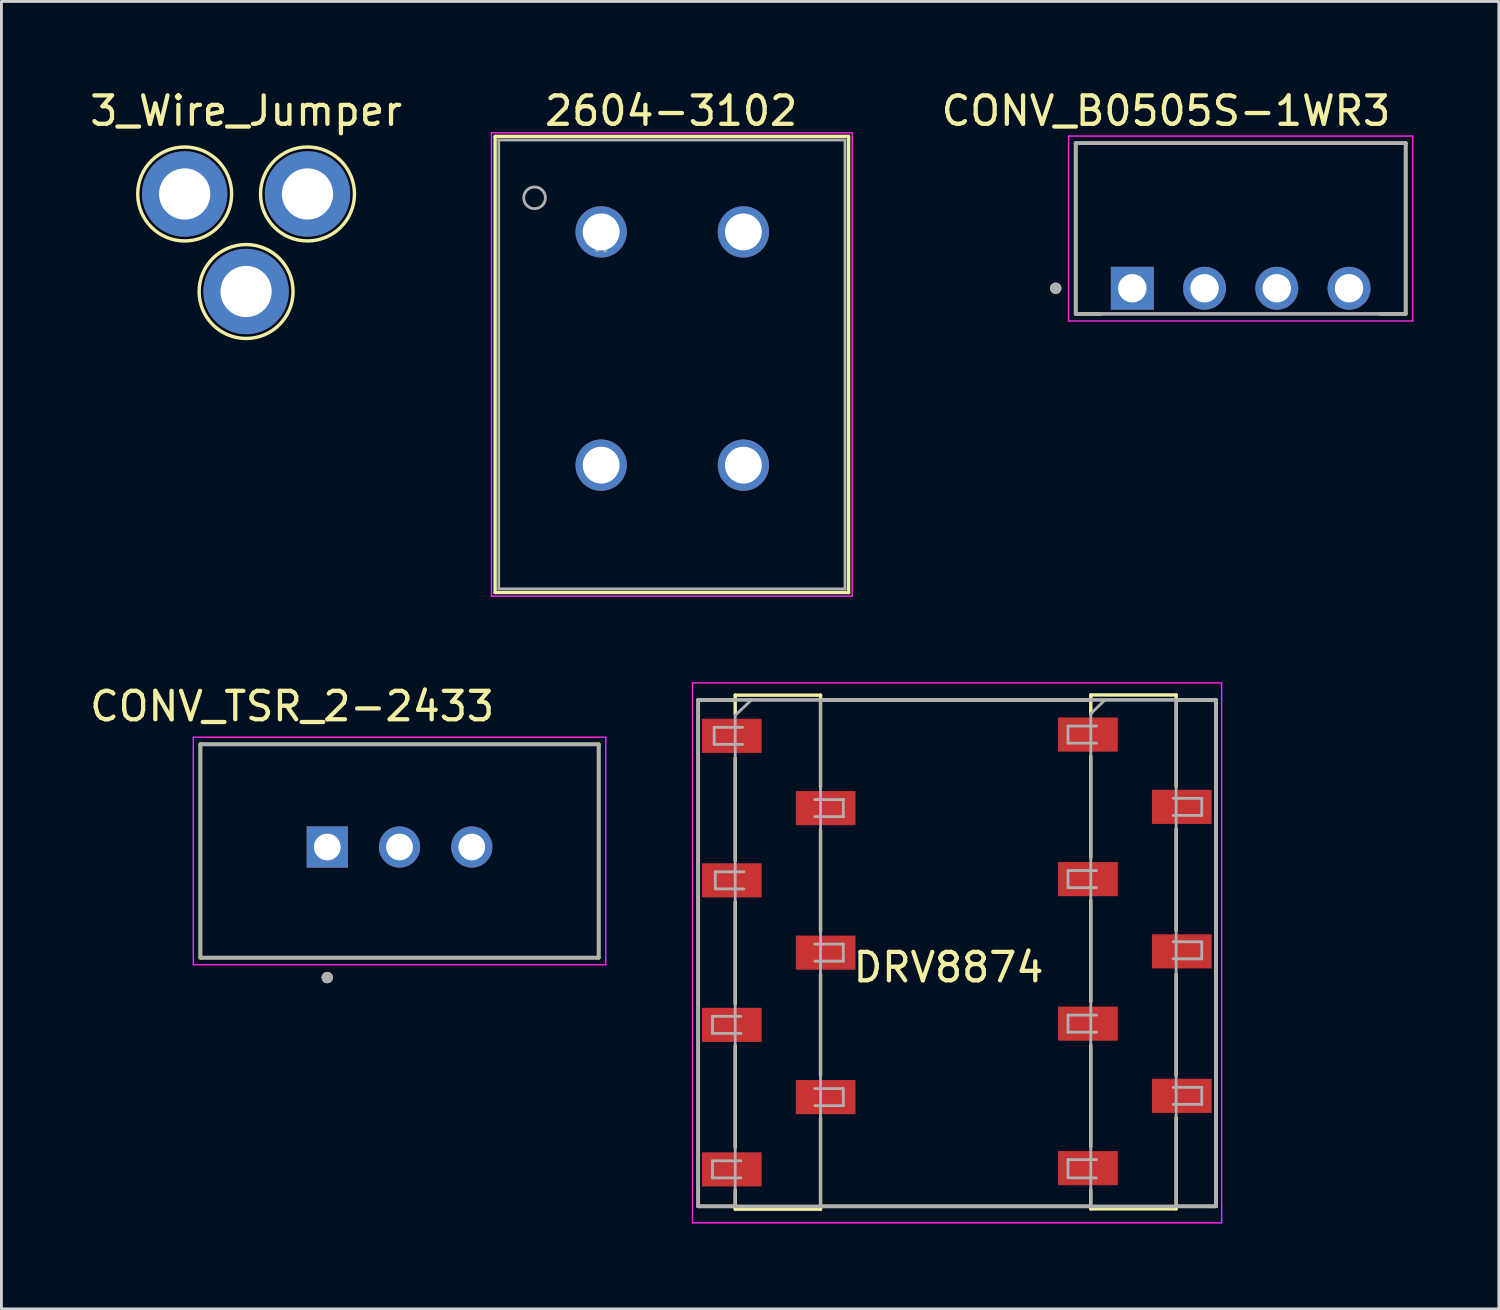
<source format=kicad_pcb>
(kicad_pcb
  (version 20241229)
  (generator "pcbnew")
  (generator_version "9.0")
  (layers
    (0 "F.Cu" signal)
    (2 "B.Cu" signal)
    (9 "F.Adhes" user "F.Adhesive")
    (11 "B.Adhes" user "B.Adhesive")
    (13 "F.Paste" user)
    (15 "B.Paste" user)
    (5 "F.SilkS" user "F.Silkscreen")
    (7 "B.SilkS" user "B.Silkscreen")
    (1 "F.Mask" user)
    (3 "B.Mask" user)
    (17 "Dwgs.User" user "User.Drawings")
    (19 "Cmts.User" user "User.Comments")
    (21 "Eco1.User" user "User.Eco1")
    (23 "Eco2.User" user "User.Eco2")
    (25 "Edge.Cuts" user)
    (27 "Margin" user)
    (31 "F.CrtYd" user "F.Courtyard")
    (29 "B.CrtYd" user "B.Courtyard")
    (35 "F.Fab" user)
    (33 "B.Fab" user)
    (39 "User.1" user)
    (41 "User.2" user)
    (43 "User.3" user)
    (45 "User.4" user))
  (footprint "2604-3102"
    (layer "F.Cu")
    (at 20.568 8.984)
    (property "Reference" "2604-3102" (at -0.025 -8.136 0) (layer "F.SilkS") (effects (font (size 1 1) (thickness 0.15))))
    (attr through_hole)
    (fp_line (start -6.213 -7.239) (end -6.213 8.795) (stroke (width 0.12) (type solid)) (layer "F.SilkS"))
    (fp_line (start -6.213 8.795) (end 6.213 8.795) (stroke (width 0.12) (type solid)) (layer "F.SilkS"))
    (fp_line (start 6.213 -7.239) (end -6.213 -7.239) (stroke (width 0.12) (type solid)) (layer "F.SilkS"))
    (fp_line (start 6.213 8.795) (end 6.213 -7.239) (stroke (width 0.12) (type solid)) (layer "F.SilkS"))
    (fp_line (start -6.34 -7.366) (end -6.34 8.922) (stroke (width 0.05) (type solid)) (layer "F.CrtYd"))
    (fp_line (start -6.34 8.922) (end 6.34 8.922) (stroke (width 0.05) (type solid)) (layer "F.CrtYd"))
    (fp_line (start 6.34 -7.366) (end -6.34 -7.366) (stroke (width 0.05) (type solid)) (layer "F.CrtYd"))
    (fp_line (start 6.34 8.922) (end 6.34 -7.366) (stroke (width 0.05) (type solid)) (layer "F.CrtYd"))
    (fp_line (start -6.086 -7.112) (end -6.086 8.668) (stroke (width 0.1) (type solid)) (layer "F.Fab"))
    (fp_line (start -6.086 8.668) (end 6.086 8.668) (stroke (width 0.1) (type solid)) (layer "F.Fab"))
    (fp_line (start 6.086 -7.112) (end -6.086 -7.112) (stroke (width 0.1) (type solid)) (layer "F.Fab"))
    (fp_line (start 6.086 8.668) (end 6.086 -7.112) (stroke (width 0.1) (type solid)) (layer "F.Fab"))
    (fp_circle (center -4.826 -5.08) (end -4.445 -5.08) (stroke (width 0.1) (type solid)) (fill no) (layer "F.Fab"))
    (fp_text user "*" (at -2.485 -3.128 0) (layer "F.Fab") (effects (font (size 1 1) (thickness 0.15))))
    (pad "1" thru_hole circle (at -2.485 -3.882) (size 1.803 1.803) (drill 1.295) (layers "*.Cu" "*.Mask"))
    (pad "2" thru_hole circle (at -2.485 4.318) (size 1.803 1.803) (drill 1.295) (layers "*.Cu" "*.Mask"))
    (pad "3" thru_hole circle (at 2.515 -3.882) (size 1.803 1.803) (drill 1.295) (layers "*.Cu" "*.Mask"))
    (pad "4" thru_hole circle (at 2.515 4.318) (size 1.803 1.803) (drill 1.295) (layers "*.Cu" "*.Mask")))
  (footprint "CONV_TSR_2-2433"
    (layer "F.Cu")
    (at 10.995 26.865)
    (property "Reference" "CONV_TSR_2-2433" (at -3.775 -5.085 0) (layer "F.SilkS") (effects (font (size 1 1) (thickness 0.15))))
    (attr through_hole)
    (fp_line (start -7 -3.75) (end 7 -3.75) (stroke (width 0.127) (type solid)) (layer "F.SilkS"))
    (fp_line (start -7 3.75) (end -7 -3.75) (stroke (width 0.127) (type solid)) (layer "F.SilkS"))
    (fp_line (start 7 3.75) (end -7 3.75) (stroke (width 0.127) (type solid)) (layer "F.SilkS"))
    (fp_line (start 7 3.75) (end 7 -3.75) (stroke (width 0.127) (type solid)) (layer "F.SilkS"))
    (fp_circle (center -2.54 4.45) (end -2.44 4.45) (stroke (width 0.2) (type solid)) (fill no) (layer "F.SilkS"))
    (fp_line (start -7.25 -4) (end -7.25 4) (stroke (width 0.05) (type solid)) (layer "F.CrtYd"))
    (fp_line (start -7.25 -4) (end 7.25 -4) (stroke (width 0.05) (type solid)) (layer "F.CrtYd"))
    (fp_line (start 7.25 4) (end -7.25 4) (stroke (width 0.05) (type solid)) (layer "F.CrtYd"))
    (fp_line (start 7.25 4) (end 7.25 -4) (stroke (width 0.05) (type solid)) (layer "F.CrtYd"))
    (fp_line (start -7 -3.75) (end 7 -3.75) (stroke (width 0.127) (type solid)) (layer "F.Fab"))
    (fp_line (start -7 3.75) (end -7 -3.75) (stroke (width 0.127) (type solid)) (layer "F.Fab"))
    (fp_line (start 7 -3.75) (end 7 3.75) (stroke (width 0.127) (type solid)) (layer "F.Fab"))
    (fp_line (start 7 3.75) (end -7 3.75) (stroke (width 0.127) (type solid)) (layer "F.Fab"))
    (fp_circle (center -2.54 4.45) (end -2.44 4.45) (stroke (width 0.2) (type solid)) (fill no) (layer "F.Fab"))
    (pad "1" thru_hole rect (at -2.54 -0.14) (size 1.448 1.448) (drill 0.94) (layers "*.Cu" "*.Mask"))
    (pad "2" thru_hole circle (at 0 -0.14) (size 1.448 1.448) (drill 0.94) (layers "*.Cu" "*.Mask"))
    (pad "3" thru_hole circle (at 2.54 -0.14) (size 1.448 1.448) (drill 0.94) (layers "*.Cu" "*.Mask")))
  (footprint "CONV_B0505S-1WR3"
    (layer "F.Cu")
    (at 40.564 4.983)
    (property "Reference" "CONV_B0505S-1WR3" (at -2.625 -4.135 0) (layer "F.SilkS") (effects (font (size 1 1) (thickness 0.15))))
    (attr through_hole)
    (fp_line (start -5.8 -3) (end 5.8 -3) (stroke (width 0.127) (type solid)) (layer "F.SilkS"))
    (fp_line (start -5.8 3) (end -5.8 -3) (stroke (width 0.127) (type solid)) (layer "F.SilkS"))
    (fp_line (start -4.9 3) (end -5.8 3) (stroke (width 0.127) (type solid)) (layer "F.SilkS"))
    (fp_line (start 5.8 -3) (end 5.8 3) (stroke (width 0.127) (type solid)) (layer "F.SilkS"))
    (fp_line (start 5.8 3) (end 4.9 3) (stroke (width 0.127) (type solid)) (layer "F.SilkS"))
    (fp_circle (center -6.5 2.1) (end -6.4 2.1) (stroke (width 0.2) (type solid)) (fill no) (layer "F.SilkS"))
    (fp_line (start -6.05 -3.25) (end 6.05 -3.25) (stroke (width 0.05) (type solid)) (layer "F.CrtYd"))
    (fp_line (start -6.05 3.25) (end -6.05 -3.25) (stroke (width 0.05) (type solid)) (layer "F.CrtYd"))
    (fp_line (start 6.05 -3.25) (end 6.05 3.25) (stroke (width 0.05) (type solid)) (layer "F.CrtYd"))
    (fp_line (start 6.05 3.25) (end -6.05 3.25) (stroke (width 0.05) (type solid)) (layer "F.CrtYd"))
    (fp_line (start -5.8 -3) (end -5.8 3) (stroke (width 0.127) (type solid)) (layer "F.Fab"))
    (fp_line (start -5.8 -3) (end 5.8 -3) (stroke (width 0.127) (type solid)) (layer "F.Fab"))
    (fp_line (start -5.8 3) (end 5.8 3) (stroke (width 0.127) (type solid)) (layer "F.Fab"))
    (fp_line (start 5.8 3) (end 5.8 -3) (stroke (width 0.127) (type solid)) (layer "F.Fab"))
    (fp_circle (center -6.5 2.1) (end -6.4 2.1) (stroke (width 0.2) (type solid)) (fill no) (layer "F.Fab"))
    (pad "1" thru_hole rect (at -3.81 2.1) (size 1.508 1.508) (drill 1) (layers "*.Cu" "*.Mask"))
    (pad "2" thru_hole circle (at -1.27 2.1) (size 1.508 1.508) (drill 1) (layers "*.Cu" "*.Mask"))
    (pad "3" thru_hole circle (at 1.27 2.1) (size 1.508 1.508) (drill 1) (layers "*.Cu" "*.Mask"))
    (pad "4" thru_hole circle (at 3.81 2.1) (size 1.508 1.508) (drill 1) (layers "*.Cu" "*.Mask")))
  (footprint "3_Wire_Jumper"
    (layer "F.Cu")
    (at 5.601 4.785)
    (property "Reference" "3_Wire_Jumper" (at 0 -3.937 0) (unlocked yes) (layer "F.SilkS") (effects (font (size 1 1) (thickness 0.15))))
    (attr through_hole)
    (fp_circle (center -2.159 -1.016) (end -0.508 -1.016) (stroke (width 0.12) (type solid)) (fill no) (layer "F.SilkS"))
    (fp_circle (center 0 2.413) (end 1.651 2.413) (stroke (width 0.12) (type solid)) (fill no) (layer "F.SilkS"))
    (fp_circle (center 2.159 -1.016) (end 3.81 -1.016) (stroke (width 0.12) (type solid)) (fill no) (layer "F.SilkS"))
    (pad "1" thru_hole circle (at -2.159 -1.016) (size 3 3) (drill 1.8) (layers "*.Cu" "*.Mask"))
    (pad "2" thru_hole circle (at 0 2.413) (size 3 3) (drill 1.8) (layers "*.Cu" "*.Mask"))
    (pad "3" thru_hole circle (at 2.159 -1.016) (size 3 3) (drill 1.8) (layers "*.Cu" "*.Mask")))
  (footprint "DRV8874"
    (layer "F.Cu")
    (at 30.295 31.456)
    (property "Reference" "DRV8874" (at 0 -0.5 0) (unlocked yes) (layer "F.SilkS") (effects (font (size 1 1) (thickness 0.15))))
    (attr smd)
    (fp_line (start -8.8 -9.9) (end -8.8 7.9) (stroke (width 0.127) (type solid)) (layer "F.SilkS"))
    (fp_line (start -7.5 -10.068) (end -7.5 -9.398) (stroke (width 0.12) (type solid)) (layer "F.SilkS"))
    (fp_line (start -7.5 -10.068) (end -4.5 -10.068) (stroke (width 0.12) (type solid)) (layer "F.SilkS"))
    (fp_line (start -7.5 -9.9) (end -8.8 -9.9) (stroke (width 0.127) (type solid)) (layer "F.SilkS"))
    (fp_line (start -7.5 -7.85) (end -7.5 -4.25) (stroke (width 0.12) (type solid)) (layer "F.SilkS"))
    (fp_line (start -7.5 -2.8) (end -7.5 0.78) (stroke (width 0.12) (type solid)) (layer "F.SilkS"))
    (fp_line (start -7.5 2.27) (end -7.5 5.83) (stroke (width 0.12) (type solid)) (layer "F.SilkS"))
    (fp_line (start -7.5 7.33) (end -7.5 8) (stroke (width 0.12) (type solid)) (layer "F.SilkS"))
    (fp_line (start -7.5 7.9) (end -8.8 7.9) (stroke (width 0.127) (type solid)) (layer "F.SilkS"))
    (fp_line (start -7.5 8) (end -4.5 8) (stroke (width 0.12) (type solid)) (layer "F.SilkS"))
    (fp_line (start -4.5 -10.068) (end -4.5 -6.858) (stroke (width 0.12) (type solid)) (layer "F.SilkS"))
    (fp_line (start -4.5 -9.9) (end 5 -9.9) (stroke (width 0.127) (type solid)) (layer "F.SilkS"))
    (fp_line (start -4.5 -5.33) (end -4.5 -1.77) (stroke (width 0.12) (type solid)) (layer "F.SilkS"))
    (fp_line (start -4.5 -0.258) (end -4.5 3.302) (stroke (width 0.12) (type solid)) (layer "F.SilkS"))
    (fp_line (start -4.5 4.8) (end -4.5 8) (stroke (width 0.12) (type solid)) (layer "F.SilkS"))
    (fp_line (start -4.5 7.9) (end 5 7.9) (stroke (width 0.127) (type solid)) (layer "F.SilkS"))
    (fp_line (start 5 -10.075) (end 5 -9.405) (stroke (width 0.12) (type solid)) (layer "F.SilkS"))
    (fp_line (start 5 -10.075) (end 8 -10.075) (stroke (width 0.12) (type solid)) (layer "F.SilkS"))
    (fp_line (start 5 -7.922) (end 5 -4.362) (stroke (width 0.12) (type solid)) (layer "F.SilkS"))
    (fp_line (start 5 -2.86) (end 5 0.7) (stroke (width 0.12) (type solid)) (layer "F.SilkS"))
    (fp_line (start 5 2.24) (end 5 5.8) (stroke (width 0.12) (type solid)) (layer "F.SilkS"))
    (fp_line (start 5 7.318) (end 5 7.988) (stroke (width 0.12) (type solid)) (layer "F.SilkS"))
    (fp_line (start 5 7.988) (end 8 7.988) (stroke (width 0.12) (type solid)) (layer "F.SilkS"))
    (fp_line (start 8 -10.075) (end 8 -6.865) (stroke (width 0.12) (type solid)) (layer "F.SilkS"))
    (fp_line (start 8 -9.9) (end 9.4 -9.9) (stroke (width 0.127) (type solid)) (layer "F.SilkS"))
    (fp_line (start 8 -5.36) (end 8 -1.8) (stroke (width 0.12) (type solid)) (layer "F.SilkS"))
    (fp_line (start 8 -0.26) (end 8 3.3) (stroke (width 0.12) (type solid)) (layer "F.SilkS"))
    (fp_line (start 8 4.778) (end 8 7.988) (stroke (width 0.12) (type solid)) (layer "F.SilkS"))
    (fp_line (start 8 7.9) (end 9.4 7.9) (stroke (width 0.127) (type solid)) (layer "F.SilkS"))
    (fp_line (start 9.4 7.9) (end 9.4 -9.9) (stroke (width 0.127) (type solid)) (layer "F.SilkS"))
    (fp_line (start -9 8.482) (end -9 -10.5) (stroke (width 0.05) (type solid)) (layer "F.CrtYd"))
    (fp_line (start 9.6 -10.5) (end -9 -10.5) (stroke (width 0.05) (type solid)) (layer "F.CrtYd"))
    (fp_line (start 9.6 -10.5) (end 9.6 8.482) (stroke (width 0.05) (type solid)) (layer "F.CrtYd"))
    (fp_line (start 9.6 8.482) (end -9 8.482) (stroke (width 0.05) (type solid)) (layer "F.CrtYd"))
    (fp_line (start -8.8 -9.9) (end -8.8 7.9) (stroke (width 0.127) (type solid)) (layer "F.Fab"))
    (fp_line (start -8.8 7.9) (end 9.4 7.9) (stroke (width 0.127) (type solid)) (layer "F.Fab"))
    (fp_line (start -8.3 1.222) (end -7.3 1.222) (stroke (width 0.1) (type solid)) (layer "F.Fab"))
    (fp_line (start -8.3 1.822) (end -8.3 1.222) (stroke (width 0.1) (type solid)) (layer "F.Fab"))
    (fp_line (start -8.3 6.3) (end -7.3 6.3) (stroke (width 0.1) (type solid)) (layer "F.Fab"))
    (fp_line (start -8.3 6.9) (end -8.3 6.3) (stroke (width 0.1) (type solid)) (layer "F.Fab"))
    (fp_line (start -8.24 -8.938) (end -7.24 -8.938) (stroke (width 0.1) (type solid)) (layer "F.Fab"))
    (fp_line (start -8.24 -8.338) (end -8.24 -8.938) (stroke (width 0.1) (type solid)) (layer "F.Fab"))
    (fp_line (start -8.2 -3.858) (end -7.2 -3.858) (stroke (width 0.1) (type solid)) (layer "F.Fab"))
    (fp_line (start -8.2 -3.258) (end -8.2 -3.858) (stroke (width 0.1) (type solid)) (layer "F.Fab"))
    (fp_line (start -7.5 7.9) (end -7.5 -9.373) (stroke (width 0.1) (type solid)) (layer "F.Fab"))
    (fp_line (start -7.484 -9.373) (end -6.916 -9.914) (stroke (width 0.1) (type solid)) (layer "F.Fab"))
    (fp_line (start -7.3 1.822) (end -8.3 1.822) (stroke (width 0.1) (type solid)) (layer "F.Fab"))
    (fp_line (start -7.3 6.9) (end -8.3 6.9) (stroke (width 0.1) (type solid)) (layer "F.Fab"))
    (fp_line (start -7.24 -8.338) (end -8.24 -8.338) (stroke (width 0.1) (type solid)) (layer "F.Fab"))
    (fp_line (start -7.2 -3.258) (end -8.2 -3.258) (stroke (width 0.1) (type solid)) (layer "F.Fab"))
    (fp_line (start -4.7 -6.398) (end -3.7 -6.398) (stroke (width 0.1) (type solid)) (layer "F.Fab"))
    (fp_line (start -4.7 -1.318) (end -3.7 -1.318) (stroke (width 0.1) (type solid)) (layer "F.Fab"))
    (fp_line (start -4.7 3.762) (end -3.7 3.762) (stroke (width 0.1) (type solid)) (layer "F.Fab"))
    (fp_line (start -4.5 -9.9) (end -4.5 7.9) (stroke (width 0.1) (type solid)) (layer "F.Fab"))
    (fp_line (start -3.7 -6.398) (end -3.7 -5.798) (stroke (width 0.1) (type solid)) (layer "F.Fab"))
    (fp_line (start -3.7 -5.798) (end -4.7 -5.798) (stroke (width 0.1) (type solid)) (layer "F.Fab"))
    (fp_line (start -3.7 -1.318) (end -3.7 -0.718) (stroke (width 0.1) (type solid)) (layer "F.Fab"))
    (fp_line (start -3.7 -0.718) (end -4.7 -0.718) (stroke (width 0.1) (type solid)) (layer "F.Fab"))
    (fp_line (start -3.7 3.762) (end -3.7 4.362) (stroke (width 0.1) (type solid)) (layer "F.Fab"))
    (fp_line (start -3.7 4.362) (end -4.7 4.362) (stroke (width 0.1) (type solid)) (layer "F.Fab"))
    (fp_line (start 4.196 6.9) (end 5.196 6.9) (stroke (width 0.1) (type solid)) (layer "F.Fab"))
    (fp_line (start 4.2 -8.982) (end 5.2 -8.982) (stroke (width 0.1) (type solid)) (layer "F.Fab"))
    (fp_line (start 4.2 -8.382) (end 4.2 -8.982) (stroke (width 0.1) (type solid)) (layer "F.Fab"))
    (fp_line (start 4.2 -3.902) (end 5.2 -3.902) (stroke (width 0.1) (type solid)) (layer "F.Fab"))
    (fp_line (start 4.2 -3.302) (end 4.2 -3.902) (stroke (width 0.1) (type solid)) (layer "F.Fab"))
    (fp_line (start 4.2 1.178) (end 5.2 1.178) (stroke (width 0.1) (type solid)) (layer "F.Fab"))
    (fp_line (start 4.2 1.778) (end 4.2 1.178) (stroke (width 0.1) (type solid)) (layer "F.Fab"))
    (fp_line (start 4.2 6.258) (end 5.2 6.258) (stroke (width 0.1) (type solid)) (layer "F.Fab"))
    (fp_line (start 4.2 6.858) (end 4.2 6.258) (stroke (width 0.1) (type solid)) (layer "F.Fab"))
    (fp_line (start 5 -9.417) (end 5.5 -9.9) (stroke (width 0.1) (type solid)) (layer "F.Fab"))
    (fp_line (start 5 7.9) (end 5 -9.417) (stroke (width 0.1) (type solid)) (layer "F.Fab"))
    (fp_line (start 5.2 -8.382) (end 4.2 -8.382) (stroke (width 0.1) (type solid)) (layer "F.Fab"))
    (fp_line (start 5.2 -3.302) (end 4.2 -3.302) (stroke (width 0.1) (type solid)) (layer "F.Fab"))
    (fp_line (start 5.2 1.778) (end 4.2 1.778) (stroke (width 0.1) (type solid)) (layer "F.Fab"))
    (fp_line (start 7.9 -6.442) (end 8.9 -6.442) (stroke (width 0.1) (type solid)) (layer "F.Fab"))
    (fp_line (start 7.9 -1.4) (end 8.9 -1.4) (stroke (width 0.1) (type solid)) (layer "F.Fab"))
    (fp_line (start 7.9 3.718) (end 8.9 3.718) (stroke (width 0.1) (type solid)) (layer "F.Fab"))
    (fp_line (start 8 -9.9) (end 8 7.9) (stroke (width 0.1) (type solid)) (layer "F.Fab"))
    (fp_line (start 8.9 -6.442) (end 8.9 -5.842) (stroke (width 0.1) (type solid)) (layer "F.Fab"))
    (fp_line (start 8.9 -5.842) (end 7.9 -5.842) (stroke (width 0.1) (type solid)) (layer "F.Fab"))
    (fp_line (start 8.9 -1.4) (end 8.9 -0.8) (stroke (width 0.1) (type solid)) (layer "F.Fab"))
    (fp_line (start 8.9 -0.8) (end 7.9 -0.8) (stroke (width 0.1) (type solid)) (layer "F.Fab"))
    (fp_line (start 8.9 3.718) (end 8.9 4.318) (stroke (width 0.1) (type solid)) (layer "F.Fab"))
    (fp_line (start 8.9 4.318) (end 7.9 4.318) (stroke (width 0.1) (type solid)) (layer "F.Fab"))
    (fp_line (start 9.4 -9.9) (end -8.8 -9.9) (stroke (width 0.127) (type solid)) (layer "F.Fab"))
    (fp_line (start 9.4 7.9) (end 9.4 -9.9) (stroke (width 0.127) (type solid)) (layer "F.Fab"))
    (pad "1" smd rect (at -7.62 -8.638) (size 2.1 1.2) (layers "F.Cu" "F.Mask" "F.Paste"))
    (pad "2" smd rect (at -4.32 -6.098) (size 2.1 1.2) (layers "F.Cu" "F.Mask" "F.Paste"))
    (pad "3" smd rect (at -7.62 -3.558) (size 2.1 1.2) (layers "F.Cu" "F.Mask" "F.Paste"))
    (pad "4" smd rect (at -4.32 -1.018) (size 2.1 1.2) (layers "F.Cu" "F.Mask" "F.Paste"))
    (pad "5" smd rect (at -7.62 1.522) (size 2.1 1.2) (layers "F.Cu" "F.Mask" "F.Paste"))
    (pad "6" smd rect (at -4.32 4.062) (size 2.1 1.2) (layers "F.Cu" "F.Mask" "F.Paste"))
    (pad "7" smd rect (at -7.62 6.602) (size 2.1 1.2) (layers "F.Cu" "F.Mask" "F.Paste"))
    (pad "8" smd rect (at 4.9 6.558) (size 2.1 1.2) (layers "F.Cu" "F.Mask" "F.Paste"))
    (pad "9" smd rect (at 8.2 4.018) (size 2.1 1.2) (layers "F.Cu" "F.Mask" "F.Paste"))
    (pad "10" smd rect (at 4.9 1.478) (size 2.1 1.2) (layers "F.Cu" "F.Mask" "F.Paste"))
    (pad "11" smd rect (at 8.2 -1.062) (size 2.1 1.2) (layers "F.Cu" "F.Mask" "F.Paste"))
    (pad "12" smd rect (at 4.9 -3.602) (size 2.1 1.2) (layers "F.Cu" "F.Mask" "F.Paste"))
    (pad "13" smd rect (at 8.2 -6.142) (size 2.1 1.2) (layers "F.Cu" "F.Mask" "F.Paste"))
    (pad "14" smd rect (at 4.9 -8.682) (size 2.1 1.2) (layers "F.Cu" "F.Mask" "F.Paste")))
  (gr_rect
    (start -3 -3)
    (end 49.639 42.963)
    (stroke (width 0.1) (type default))
    (fill no)
    (layer "Edge.Cuts")))
</source>
